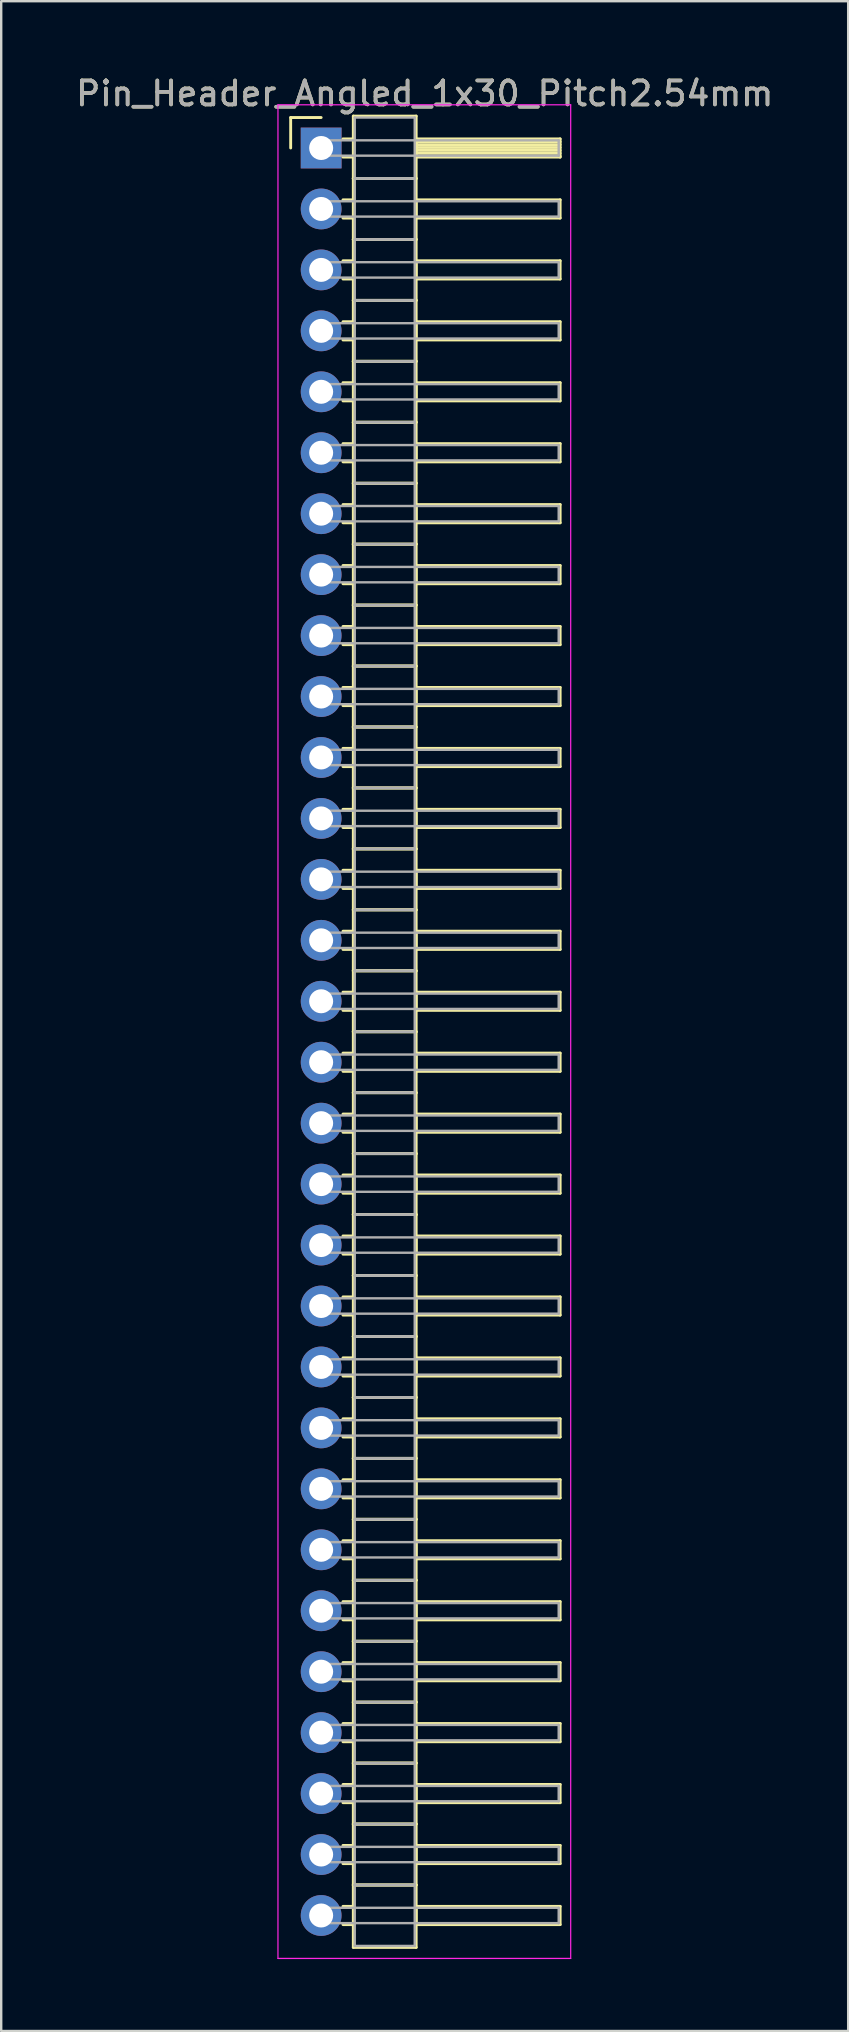
<source format=kicad_pcb>
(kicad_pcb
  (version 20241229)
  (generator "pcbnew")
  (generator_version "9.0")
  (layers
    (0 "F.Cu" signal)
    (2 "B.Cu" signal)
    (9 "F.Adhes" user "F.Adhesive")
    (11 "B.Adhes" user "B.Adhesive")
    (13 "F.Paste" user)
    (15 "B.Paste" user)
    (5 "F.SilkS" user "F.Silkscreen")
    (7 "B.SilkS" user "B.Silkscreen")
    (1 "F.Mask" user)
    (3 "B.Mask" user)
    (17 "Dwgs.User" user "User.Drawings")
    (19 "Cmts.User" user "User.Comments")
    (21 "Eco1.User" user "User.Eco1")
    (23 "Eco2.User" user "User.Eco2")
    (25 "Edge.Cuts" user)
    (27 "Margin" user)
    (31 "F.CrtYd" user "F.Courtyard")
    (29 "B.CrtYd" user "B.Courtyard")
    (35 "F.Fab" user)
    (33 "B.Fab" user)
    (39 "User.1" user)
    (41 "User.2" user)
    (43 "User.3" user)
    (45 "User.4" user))
  (footprint "Pin_Header_Angled_1x30_Pitch2.54mm"
    (layer "F.Cu")
    (at 10.334 3.118)
    (property "Reference" "Pin_Header_Angled_1x30_Pitch2.54mm" (at 4.315 -2.27 0) (layer "F.SilkS") (effects (font (size 1 1) (thickness 0.15))))
    (attr through_hole)
    (fp_line (start -1.27 -1.27) (end 0 -1.27) (stroke (width 0.12) (type solid)) (layer "F.SilkS"))
    (fp_line (start -1.27 0) (end -1.27 -1.27) (stroke (width 0.12) (type solid)) (layer "F.SilkS"))
    (fp_line (start 0.91 -0.38) (end 1.34 -0.38) (stroke (width 0.12) (type solid)) (layer "F.SilkS"))
    (fp_line (start 0.91 0.38) (end 1.34 0.38) (stroke (width 0.12) (type solid)) (layer "F.SilkS"))
    (fp_line (start 0.91 2.16) (end 1.34 2.16) (stroke (width 0.12) (type solid)) (layer "F.SilkS"))
    (fp_line (start 0.91 2.92) (end 1.34 2.92) (stroke (width 0.12) (type solid)) (layer "F.SilkS"))
    (fp_line (start 0.91 4.7) (end 1.34 4.7) (stroke (width 0.12) (type solid)) (layer "F.SilkS"))
    (fp_line (start 0.91 5.46) (end 1.34 5.46) (stroke (width 0.12) (type solid)) (layer "F.SilkS"))
    (fp_line (start 0.91 7.24) (end 1.34 7.24) (stroke (width 0.12) (type solid)) (layer "F.SilkS"))
    (fp_line (start 0.91 8) (end 1.34 8) (stroke (width 0.12) (type solid)) (layer "F.SilkS"))
    (fp_line (start 0.91 9.78) (end 1.34 9.78) (stroke (width 0.12) (type solid)) (layer "F.SilkS"))
    (fp_line (start 0.91 10.54) (end 1.34 10.54) (stroke (width 0.12) (type solid)) (layer "F.SilkS"))
    (fp_line (start 0.91 12.32) (end 1.34 12.32) (stroke (width 0.12) (type solid)) (layer "F.SilkS"))
    (fp_line (start 0.91 13.08) (end 1.34 13.08) (stroke (width 0.12) (type solid)) (layer "F.SilkS"))
    (fp_line (start 0.91 14.86) (end 1.34 14.86) (stroke (width 0.12) (type solid)) (layer "F.SilkS"))
    (fp_line (start 0.91 15.62) (end 1.34 15.62) (stroke (width 0.12) (type solid)) (layer "F.SilkS"))
    (fp_line (start 0.91 17.4) (end 1.34 17.4) (stroke (width 0.12) (type solid)) (layer "F.SilkS"))
    (fp_line (start 0.91 18.16) (end 1.34 18.16) (stroke (width 0.12) (type solid)) (layer "F.SilkS"))
    (fp_line (start 0.91 19.94) (end 1.34 19.94) (stroke (width 0.12) (type solid)) (layer "F.SilkS"))
    (fp_line (start 0.91 20.7) (end 1.34 20.7) (stroke (width 0.12) (type solid)) (layer "F.SilkS"))
    (fp_line (start 0.91 22.48) (end 1.34 22.48) (stroke (width 0.12) (type solid)) (layer "F.SilkS"))
    (fp_line (start 0.91 23.24) (end 1.34 23.24) (stroke (width 0.12) (type solid)) (layer "F.SilkS"))
    (fp_line (start 0.91 25.02) (end 1.34 25.02) (stroke (width 0.12) (type solid)) (layer "F.SilkS"))
    (fp_line (start 0.91 25.78) (end 1.34 25.78) (stroke (width 0.12) (type solid)) (layer "F.SilkS"))
    (fp_line (start 0.91 27.56) (end 1.34 27.56) (stroke (width 0.12) (type solid)) (layer "F.SilkS"))
    (fp_line (start 0.91 28.32) (end 1.34 28.32) (stroke (width 0.12) (type solid)) (layer "F.SilkS"))
    (fp_line (start 0.91 30.1) (end 1.34 30.1) (stroke (width 0.12) (type solid)) (layer "F.SilkS"))
    (fp_line (start 0.91 30.86) (end 1.34 30.86) (stroke (width 0.12) (type solid)) (layer "F.SilkS"))
    (fp_line (start 0.91 32.64) (end 1.34 32.64) (stroke (width 0.12) (type solid)) (layer "F.SilkS"))
    (fp_line (start 0.91 33.4) (end 1.34 33.4) (stroke (width 0.12) (type solid)) (layer "F.SilkS"))
    (fp_line (start 0.91 35.18) (end 1.34 35.18) (stroke (width 0.12) (type solid)) (layer "F.SilkS"))
    (fp_line (start 0.91 35.94) (end 1.34 35.94) (stroke (width 0.12) (type solid)) (layer "F.SilkS"))
    (fp_line (start 0.91 37.72) (end 1.34 37.72) (stroke (width 0.12) (type solid)) (layer "F.SilkS"))
    (fp_line (start 0.91 38.48) (end 1.34 38.48) (stroke (width 0.12) (type solid)) (layer "F.SilkS"))
    (fp_line (start 0.91 40.26) (end 1.34 40.26) (stroke (width 0.12) (type solid)) (layer "F.SilkS"))
    (fp_line (start 0.91 41.02) (end 1.34 41.02) (stroke (width 0.12) (type solid)) (layer "F.SilkS"))
    (fp_line (start 0.91 42.8) (end 1.34 42.8) (stroke (width 0.12) (type solid)) (layer "F.SilkS"))
    (fp_line (start 0.91 43.56) (end 1.34 43.56) (stroke (width 0.12) (type solid)) (layer "F.SilkS"))
    (fp_line (start 0.91 45.34) (end 1.34 45.34) (stroke (width 0.12) (type solid)) (layer "F.SilkS"))
    (fp_line (start 0.91 46.1) (end 1.34 46.1) (stroke (width 0.12) (type solid)) (layer "F.SilkS"))
    (fp_line (start 0.91 47.88) (end 1.34 47.88) (stroke (width 0.12) (type solid)) (layer "F.SilkS"))
    (fp_line (start 0.91 48.64) (end 1.34 48.64) (stroke (width 0.12) (type solid)) (layer "F.SilkS"))
    (fp_line (start 0.91 50.42) (end 1.34 50.42) (stroke (width 0.12) (type solid)) (layer "F.SilkS"))
    (fp_line (start 0.91 51.18) (end 1.34 51.18) (stroke (width 0.12) (type solid)) (layer "F.SilkS"))
    (fp_line (start 0.91 52.96) (end 1.34 52.96) (stroke (width 0.12) (type solid)) (layer "F.SilkS"))
    (fp_line (start 0.91 53.72) (end 1.34 53.72) (stroke (width 0.12) (type solid)) (layer "F.SilkS"))
    (fp_line (start 0.91 55.5) (end 1.34 55.5) (stroke (width 0.12) (type solid)) (layer "F.SilkS"))
    (fp_line (start 0.91 56.26) (end 1.34 56.26) (stroke (width 0.12) (type solid)) (layer "F.SilkS"))
    (fp_line (start 0.91 58.04) (end 1.34 58.04) (stroke (width 0.12) (type solid)) (layer "F.SilkS"))
    (fp_line (start 0.91 58.8) (end 1.34 58.8) (stroke (width 0.12) (type solid)) (layer "F.SilkS"))
    (fp_line (start 0.91 60.58) (end 1.34 60.58) (stroke (width 0.12) (type solid)) (layer "F.SilkS"))
    (fp_line (start 0.91 61.34) (end 1.34 61.34) (stroke (width 0.12) (type solid)) (layer "F.SilkS"))
    (fp_line (start 0.91 63.12) (end 1.34 63.12) (stroke (width 0.12) (type solid)) (layer "F.SilkS"))
    (fp_line (start 0.91 63.88) (end 1.34 63.88) (stroke (width 0.12) (type solid)) (layer "F.SilkS"))
    (fp_line (start 0.91 65.66) (end 1.34 65.66) (stroke (width 0.12) (type solid)) (layer "F.SilkS"))
    (fp_line (start 0.91 66.42) (end 1.34 66.42) (stroke (width 0.12) (type solid)) (layer "F.SilkS"))
    (fp_line (start 0.91 68.2) (end 1.34 68.2) (stroke (width 0.12) (type solid)) (layer "F.SilkS"))
    (fp_line (start 0.91 68.96) (end 1.34 68.96) (stroke (width 0.12) (type solid)) (layer "F.SilkS"))
    (fp_line (start 0.91 70.74) (end 1.34 70.74) (stroke (width 0.12) (type solid)) (layer "F.SilkS"))
    (fp_line (start 0.91 71.5) (end 1.34 71.5) (stroke (width 0.12) (type solid)) (layer "F.SilkS"))
    (fp_line (start 0.91 73.28) (end 1.34 73.28) (stroke (width 0.12) (type solid)) (layer "F.SilkS"))
    (fp_line (start 0.91 74.04) (end 1.34 74.04) (stroke (width 0.12) (type solid)) (layer "F.SilkS"))
    (fp_line (start 1.34 -1.33) (end 1.34 1.27) (stroke (width 0.12) (type solid)) (layer "F.SilkS"))
    (fp_line (start 1.34 1.27) (end 1.34 3.81) (stroke (width 0.12) (type solid)) (layer "F.SilkS"))
    (fp_line (start 1.34 1.27) (end 3.96 1.27) (stroke (width 0.12) (type solid)) (layer "F.SilkS"))
    (fp_line (start 1.34 3.81) (end 1.34 6.35) (stroke (width 0.12) (type solid)) (layer "F.SilkS"))
    (fp_line (start 1.34 3.81) (end 3.96 3.81) (stroke (width 0.12) (type solid)) (layer "F.SilkS"))
    (fp_line (start 1.34 6.35) (end 1.34 8.89) (stroke (width 0.12) (type solid)) (layer "F.SilkS"))
    (fp_line (start 1.34 6.35) (end 3.96 6.35) (stroke (width 0.12) (type solid)) (layer "F.SilkS"))
    (fp_line (start 1.34 8.89) (end 1.34 11.43) (stroke (width 0.12) (type solid)) (layer "F.SilkS"))
    (fp_line (start 1.34 8.89) (end 3.96 8.89) (stroke (width 0.12) (type solid)) (layer "F.SilkS"))
    (fp_line (start 1.34 11.43) (end 1.34 13.97) (stroke (width 0.12) (type solid)) (layer "F.SilkS"))
    (fp_line (start 1.34 11.43) (end 3.96 11.43) (stroke (width 0.12) (type solid)) (layer "F.SilkS"))
    (fp_line (start 1.34 13.97) (end 1.34 16.51) (stroke (width 0.12) (type solid)) (layer "F.SilkS"))
    (fp_line (start 1.34 13.97) (end 3.96 13.97) (stroke (width 0.12) (type solid)) (layer "F.SilkS"))
    (fp_line (start 1.34 16.51) (end 1.34 19.05) (stroke (width 0.12) (type solid)) (layer "F.SilkS"))
    (fp_line (start 1.34 16.51) (end 3.96 16.51) (stroke (width 0.12) (type solid)) (layer "F.SilkS"))
    (fp_line (start 1.34 19.05) (end 1.34 21.59) (stroke (width 0.12) (type solid)) (layer "F.SilkS"))
    (fp_line (start 1.34 19.05) (end 3.96 19.05) (stroke (width 0.12) (type solid)) (layer "F.SilkS"))
    (fp_line (start 1.34 21.59) (end 1.34 24.13) (stroke (width 0.12) (type solid)) (layer "F.SilkS"))
    (fp_line (start 1.34 21.59) (end 3.96 21.59) (stroke (width 0.12) (type solid)) (layer "F.SilkS"))
    (fp_line (start 1.34 24.13) (end 1.34 26.67) (stroke (width 0.12) (type solid)) (layer "F.SilkS"))
    (fp_line (start 1.34 24.13) (end 3.96 24.13) (stroke (width 0.12) (type solid)) (layer "F.SilkS"))
    (fp_line (start 1.34 26.67) (end 1.34 29.21) (stroke (width 0.12) (type solid)) (layer "F.SilkS"))
    (fp_line (start 1.34 26.67) (end 3.96 26.67) (stroke (width 0.12) (type solid)) (layer "F.SilkS"))
    (fp_line (start 1.34 29.21) (end 1.34 31.75) (stroke (width 0.12) (type solid)) (layer "F.SilkS"))
    (fp_line (start 1.34 29.21) (end 3.96 29.21) (stroke (width 0.12) (type solid)) (layer "F.SilkS"))
    (fp_line (start 1.34 31.75) (end 1.34 34.29) (stroke (width 0.12) (type solid)) (layer "F.SilkS"))
    (fp_line (start 1.34 31.75) (end 3.96 31.75) (stroke (width 0.12) (type solid)) (layer "F.SilkS"))
    (fp_line (start 1.34 34.29) (end 1.34 36.83) (stroke (width 0.12) (type solid)) (layer "F.SilkS"))
    (fp_line (start 1.34 34.29) (end 3.96 34.29) (stroke (width 0.12) (type solid)) (layer "F.SilkS"))
    (fp_line (start 1.34 36.83) (end 1.34 39.37) (stroke (width 0.12) (type solid)) (layer "F.SilkS"))
    (fp_line (start 1.34 36.83) (end 3.96 36.83) (stroke (width 0.12) (type solid)) (layer "F.SilkS"))
    (fp_line (start 1.34 39.37) (end 1.34 41.91) (stroke (width 0.12) (type solid)) (layer "F.SilkS"))
    (fp_line (start 1.34 39.37) (end 3.96 39.37) (stroke (width 0.12) (type solid)) (layer "F.SilkS"))
    (fp_line (start 1.34 41.91) (end 1.34 44.45) (stroke (width 0.12) (type solid)) (layer "F.SilkS"))
    (fp_line (start 1.34 41.91) (end 3.96 41.91) (stroke (width 0.12) (type solid)) (layer "F.SilkS"))
    (fp_line (start 1.34 44.45) (end 1.34 46.99) (stroke (width 0.12) (type solid)) (layer "F.SilkS"))
    (fp_line (start 1.34 44.45) (end 3.96 44.45) (stroke (width 0.12) (type solid)) (layer "F.SilkS"))
    (fp_line (start 1.34 46.99) (end 1.34 49.53) (stroke (width 0.12) (type solid)) (layer "F.SilkS"))
    (fp_line (start 1.34 46.99) (end 3.96 46.99) (stroke (width 0.12) (type solid)) (layer "F.SilkS"))
    (fp_line (start 1.34 49.53) (end 1.34 52.07) (stroke (width 0.12) (type solid)) (layer "F.SilkS"))
    (fp_line (start 1.34 49.53) (end 3.96 49.53) (stroke (width 0.12) (type solid)) (layer "F.SilkS"))
    (fp_line (start 1.34 52.07) (end 1.34 54.61) (stroke (width 0.12) (type solid)) (layer "F.SilkS"))
    (fp_line (start 1.34 52.07) (end 3.96 52.07) (stroke (width 0.12) (type solid)) (layer "F.SilkS"))
    (fp_line (start 1.34 54.61) (end 1.34 57.15) (stroke (width 0.12) (type solid)) (layer "F.SilkS"))
    (fp_line (start 1.34 54.61) (end 3.96 54.61) (stroke (width 0.12) (type solid)) (layer "F.SilkS"))
    (fp_line (start 1.34 57.15) (end 1.34 59.69) (stroke (width 0.12) (type solid)) (layer "F.SilkS"))
    (fp_line (start 1.34 57.15) (end 3.96 57.15) (stroke (width 0.12) (type solid)) (layer "F.SilkS"))
    (fp_line (start 1.34 59.69) (end 1.34 62.23) (stroke (width 0.12) (type solid)) (layer "F.SilkS"))
    (fp_line (start 1.34 59.69) (end 3.96 59.69) (stroke (width 0.12) (type solid)) (layer "F.SilkS"))
    (fp_line (start 1.34 62.23) (end 1.34 64.77) (stroke (width 0.12) (type solid)) (layer "F.SilkS"))
    (fp_line (start 1.34 62.23) (end 3.96 62.23) (stroke (width 0.12) (type solid)) (layer "F.SilkS"))
    (fp_line (start 1.34 64.77) (end 1.34 67.31) (stroke (width 0.12) (type solid)) (layer "F.SilkS"))
    (fp_line (start 1.34 64.77) (end 3.96 64.77) (stroke (width 0.12) (type solid)) (layer "F.SilkS"))
    (fp_line (start 1.34 67.31) (end 1.34 69.85) (stroke (width 0.12) (type solid)) (layer "F.SilkS"))
    (fp_line (start 1.34 67.31) (end 3.96 67.31) (stroke (width 0.12) (type solid)) (layer "F.SilkS"))
    (fp_line (start 1.34 69.85) (end 1.34 72.39) (stroke (width 0.12) (type solid)) (layer "F.SilkS"))
    (fp_line (start 1.34 69.85) (end 3.96 69.85) (stroke (width 0.12) (type solid)) (layer "F.SilkS"))
    (fp_line (start 1.34 72.39) (end 1.34 74.99) (stroke (width 0.12) (type solid)) (layer "F.SilkS"))
    (fp_line (start 1.34 72.39) (end 3.96 72.39) (stroke (width 0.12) (type solid)) (layer "F.SilkS"))
    (fp_line (start 1.34 74.99) (end 3.96 74.99) (stroke (width 0.12) (type solid)) (layer "F.SilkS"))
    (fp_line (start 3.96 -1.33) (end 1.34 -1.33) (stroke (width 0.12) (type solid)) (layer "F.SilkS"))
    (fp_line (start 3.96 -0.38) (end 3.96 0.38) (stroke (width 0.12) (type solid)) (layer "F.SilkS"))
    (fp_line (start 3.96 -0.26) (end 9.96 -0.26) (stroke (width 0.12) (type solid)) (layer "F.SilkS"))
    (fp_line (start 3.96 -0.14) (end 9.96 -0.14) (stroke (width 0.12) (type solid)) (layer "F.SilkS"))
    (fp_line (start 3.96 -0.02) (end 9.96 -0.02) (stroke (width 0.12) (type solid)) (layer "F.SilkS"))
    (fp_line (start 3.96 0.1) (end 9.96 0.1) (stroke (width 0.12) (type solid)) (layer "F.SilkS"))
    (fp_line (start 3.96 0.22) (end 9.96 0.22) (stroke (width 0.12) (type solid)) (layer "F.SilkS"))
    (fp_line (start 3.96 0.34) (end 9.96 0.34) (stroke (width 0.12) (type solid)) (layer "F.SilkS"))
    (fp_line (start 3.96 0.38) (end 9.96 0.38) (stroke (width 0.12) (type solid)) (layer "F.SilkS"))
    (fp_line (start 3.96 1.27) (end 1.34 1.27) (stroke (width 0.12) (type solid)) (layer "F.SilkS"))
    (fp_line (start 3.96 1.27) (end 3.96 -1.33) (stroke (width 0.12) (type solid)) (layer "F.SilkS"))
    (fp_line (start 3.96 2.16) (end 3.96 2.92) (stroke (width 0.12) (type solid)) (layer "F.SilkS"))
    (fp_line (start 3.96 2.92) (end 9.96 2.92) (stroke (width 0.12) (type solid)) (layer "F.SilkS"))
    (fp_line (start 3.96 3.81) (end 1.34 3.81) (stroke (width 0.12) (type solid)) (layer "F.SilkS"))
    (fp_line (start 3.96 3.81) (end 3.96 1.27) (stroke (width 0.12) (type solid)) (layer "F.SilkS"))
    (fp_line (start 3.96 4.7) (end 3.96 5.46) (stroke (width 0.12) (type solid)) (layer "F.SilkS"))
    (fp_line (start 3.96 5.46) (end 9.96 5.46) (stroke (width 0.12) (type solid)) (layer "F.SilkS"))
    (fp_line (start 3.96 6.35) (end 1.34 6.35) (stroke (width 0.12) (type solid)) (layer "F.SilkS"))
    (fp_line (start 3.96 6.35) (end 3.96 3.81) (stroke (width 0.12) (type solid)) (layer "F.SilkS"))
    (fp_line (start 3.96 7.24) (end 3.96 8) (stroke (width 0.12) (type solid)) (layer "F.SilkS"))
    (fp_line (start 3.96 8) (end 9.96 8) (stroke (width 0.12) (type solid)) (layer "F.SilkS"))
    (fp_line (start 3.96 8.89) (end 1.34 8.89) (stroke (width 0.12) (type solid)) (layer "F.SilkS"))
    (fp_line (start 3.96 8.89) (end 3.96 6.35) (stroke (width 0.12) (type solid)) (layer "F.SilkS"))
    (fp_line (start 3.96 9.78) (end 3.96 10.54) (stroke (width 0.12) (type solid)) (layer "F.SilkS"))
    (fp_line (start 3.96 10.54) (end 9.96 10.54) (stroke (width 0.12) (type solid)) (layer "F.SilkS"))
    (fp_line (start 3.96 11.43) (end 1.34 11.43) (stroke (width 0.12) (type solid)) (layer "F.SilkS"))
    (fp_line (start 3.96 11.43) (end 3.96 8.89) (stroke (width 0.12) (type solid)) (layer "F.SilkS"))
    (fp_line (start 3.96 12.32) (end 3.96 13.08) (stroke (width 0.12) (type solid)) (layer "F.SilkS"))
    (fp_line (start 3.96 13.08) (end 9.96 13.08) (stroke (width 0.12) (type solid)) (layer "F.SilkS"))
    (fp_line (start 3.96 13.97) (end 1.34 13.97) (stroke (width 0.12) (type solid)) (layer "F.SilkS"))
    (fp_line (start 3.96 13.97) (end 3.96 11.43) (stroke (width 0.12) (type solid)) (layer "F.SilkS"))
    (fp_line (start 3.96 14.86) (end 3.96 15.62) (stroke (width 0.12) (type solid)) (layer "F.SilkS"))
    (fp_line (start 3.96 15.62) (end 9.96 15.62) (stroke (width 0.12) (type solid)) (layer "F.SilkS"))
    (fp_line (start 3.96 16.51) (end 1.34 16.51) (stroke (width 0.12) (type solid)) (layer "F.SilkS"))
    (fp_line (start 3.96 16.51) (end 3.96 13.97) (stroke (width 0.12) (type solid)) (layer "F.SilkS"))
    (fp_line (start 3.96 17.4) (end 3.96 18.16) (stroke (width 0.12) (type solid)) (layer "F.SilkS"))
    (fp_line (start 3.96 18.16) (end 9.96 18.16) (stroke (width 0.12) (type solid)) (layer "F.SilkS"))
    (fp_line (start 3.96 19.05) (end 1.34 19.05) (stroke (width 0.12) (type solid)) (layer "F.SilkS"))
    (fp_line (start 3.96 19.05) (end 3.96 16.51) (stroke (width 0.12) (type solid)) (layer "F.SilkS"))
    (fp_line (start 3.96 19.94) (end 3.96 20.7) (stroke (width 0.12) (type solid)) (layer "F.SilkS"))
    (fp_line (start 3.96 20.7) (end 9.96 20.7) (stroke (width 0.12) (type solid)) (layer "F.SilkS"))
    (fp_line (start 3.96 21.59) (end 1.34 21.59) (stroke (width 0.12) (type solid)) (layer "F.SilkS"))
    (fp_line (start 3.96 21.59) (end 3.96 19.05) (stroke (width 0.12) (type solid)) (layer "F.SilkS"))
    (fp_line (start 3.96 22.48) (end 3.96 23.24) (stroke (width 0.12) (type solid)) (layer "F.SilkS"))
    (fp_line (start 3.96 23.24) (end 9.96 23.24) (stroke (width 0.12) (type solid)) (layer "F.SilkS"))
    (fp_line (start 3.96 24.13) (end 1.34 24.13) (stroke (width 0.12) (type solid)) (layer "F.SilkS"))
    (fp_line (start 3.96 24.13) (end 3.96 21.59) (stroke (width 0.12) (type solid)) (layer "F.SilkS"))
    (fp_line (start 3.96 25.02) (end 3.96 25.78) (stroke (width 0.12) (type solid)) (layer "F.SilkS"))
    (fp_line (start 3.96 25.78) (end 9.96 25.78) (stroke (width 0.12) (type solid)) (layer "F.SilkS"))
    (fp_line (start 3.96 26.67) (end 1.34 26.67) (stroke (width 0.12) (type solid)) (layer "F.SilkS"))
    (fp_line (start 3.96 26.67) (end 3.96 24.13) (stroke (width 0.12) (type solid)) (layer "F.SilkS"))
    (fp_line (start 3.96 27.56) (end 3.96 28.32) (stroke (width 0.12) (type solid)) (layer "F.SilkS"))
    (fp_line (start 3.96 28.32) (end 9.96 28.32) (stroke (width 0.12) (type solid)) (layer "F.SilkS"))
    (fp_line (start 3.96 29.21) (end 1.34 29.21) (stroke (width 0.12) (type solid)) (layer "F.SilkS"))
    (fp_line (start 3.96 29.21) (end 3.96 26.67) (stroke (width 0.12) (type solid)) (layer "F.SilkS"))
    (fp_line (start 3.96 30.1) (end 3.96 30.86) (stroke (width 0.12) (type solid)) (layer "F.SilkS"))
    (fp_line (start 3.96 30.86) (end 9.96 30.86) (stroke (width 0.12) (type solid)) (layer "F.SilkS"))
    (fp_line (start 3.96 31.75) (end 1.34 31.75) (stroke (width 0.12) (type solid)) (layer "F.SilkS"))
    (fp_line (start 3.96 31.75) (end 3.96 29.21) (stroke (width 0.12) (type solid)) (layer "F.SilkS"))
    (fp_line (start 3.96 32.64) (end 3.96 33.4) (stroke (width 0.12) (type solid)) (layer "F.SilkS"))
    (fp_line (start 3.96 33.4) (end 9.96 33.4) (stroke (width 0.12) (type solid)) (layer "F.SilkS"))
    (fp_line (start 3.96 34.29) (end 1.34 34.29) (stroke (width 0.12) (type solid)) (layer "F.SilkS"))
    (fp_line (start 3.96 34.29) (end 3.96 31.75) (stroke (width 0.12) (type solid)) (layer "F.SilkS"))
    (fp_line (start 3.96 35.18) (end 3.96 35.94) (stroke (width 0.12) (type solid)) (layer "F.SilkS"))
    (fp_line (start 3.96 35.94) (end 9.96 35.94) (stroke (width 0.12) (type solid)) (layer "F.SilkS"))
    (fp_line (start 3.96 36.83) (end 1.34 36.83) (stroke (width 0.12) (type solid)) (layer "F.SilkS"))
    (fp_line (start 3.96 36.83) (end 3.96 34.29) (stroke (width 0.12) (type solid)) (layer "F.SilkS"))
    (fp_line (start 3.96 37.72) (end 3.96 38.48) (stroke (width 0.12) (type solid)) (layer "F.SilkS"))
    (fp_line (start 3.96 38.48) (end 9.96 38.48) (stroke (width 0.12) (type solid)) (layer "F.SilkS"))
    (fp_line (start 3.96 39.37) (end 1.34 39.37) (stroke (width 0.12) (type solid)) (layer "F.SilkS"))
    (fp_line (start 3.96 39.37) (end 3.96 36.83) (stroke (width 0.12) (type solid)) (layer "F.SilkS"))
    (fp_line (start 3.96 40.26) (end 3.96 41.02) (stroke (width 0.12) (type solid)) (layer "F.SilkS"))
    (fp_line (start 3.96 41.02) (end 9.96 41.02) (stroke (width 0.12) (type solid)) (layer "F.SilkS"))
    (fp_line (start 3.96 41.91) (end 1.34 41.91) (stroke (width 0.12) (type solid)) (layer "F.SilkS"))
    (fp_line (start 3.96 41.91) (end 3.96 39.37) (stroke (width 0.12) (type solid)) (layer "F.SilkS"))
    (fp_line (start 3.96 42.8) (end 3.96 43.56) (stroke (width 0.12) (type solid)) (layer "F.SilkS"))
    (fp_line (start 3.96 43.56) (end 9.96 43.56) (stroke (width 0.12) (type solid)) (layer "F.SilkS"))
    (fp_line (start 3.96 44.45) (end 1.34 44.45) (stroke (width 0.12) (type solid)) (layer "F.SilkS"))
    (fp_line (start 3.96 44.45) (end 3.96 41.91) (stroke (width 0.12) (type solid)) (layer "F.SilkS"))
    (fp_line (start 3.96 45.34) (end 3.96 46.1) (stroke (width 0.12) (type solid)) (layer "F.SilkS"))
    (fp_line (start 3.96 46.1) (end 9.96 46.1) (stroke (width 0.12) (type solid)) (layer "F.SilkS"))
    (fp_line (start 3.96 46.99) (end 1.34 46.99) (stroke (width 0.12) (type solid)) (layer "F.SilkS"))
    (fp_line (start 3.96 46.99) (end 3.96 44.45) (stroke (width 0.12) (type solid)) (layer "F.SilkS"))
    (fp_line (start 3.96 47.88) (end 3.96 48.64) (stroke (width 0.12) (type solid)) (layer "F.SilkS"))
    (fp_line (start 3.96 48.64) (end 9.96 48.64) (stroke (width 0.12) (type solid)) (layer "F.SilkS"))
    (fp_line (start 3.96 49.53) (end 1.34 49.53) (stroke (width 0.12) (type solid)) (layer "F.SilkS"))
    (fp_line (start 3.96 49.53) (end 3.96 46.99) (stroke (width 0.12) (type solid)) (layer "F.SilkS"))
    (fp_line (start 3.96 50.42) (end 3.96 51.18) (stroke (width 0.12) (type solid)) (layer "F.SilkS"))
    (fp_line (start 3.96 51.18) (end 9.96 51.18) (stroke (width 0.12) (type solid)) (layer "F.SilkS"))
    (fp_line (start 3.96 52.07) (end 1.34 52.07) (stroke (width 0.12) (type solid)) (layer "F.SilkS"))
    (fp_line (start 3.96 52.07) (end 3.96 49.53) (stroke (width 0.12) (type solid)) (layer "F.SilkS"))
    (fp_line (start 3.96 52.96) (end 3.96 53.72) (stroke (width 0.12) (type solid)) (layer "F.SilkS"))
    (fp_line (start 3.96 53.72) (end 9.96 53.72) (stroke (width 0.12) (type solid)) (layer "F.SilkS"))
    (fp_line (start 3.96 54.61) (end 1.34 54.61) (stroke (width 0.12) (type solid)) (layer "F.SilkS"))
    (fp_line (start 3.96 54.61) (end 3.96 52.07) (stroke (width 0.12) (type solid)) (layer "F.SilkS"))
    (fp_line (start 3.96 55.5) (end 3.96 56.26) (stroke (width 0.12) (type solid)) (layer "F.SilkS"))
    (fp_line (start 3.96 56.26) (end 9.96 56.26) (stroke (width 0.12) (type solid)) (layer "F.SilkS"))
    (fp_line (start 3.96 57.15) (end 1.34 57.15) (stroke (width 0.12) (type solid)) (layer "F.SilkS"))
    (fp_line (start 3.96 57.15) (end 3.96 54.61) (stroke (width 0.12) (type solid)) (layer "F.SilkS"))
    (fp_line (start 3.96 58.04) (end 3.96 58.8) (stroke (width 0.12) (type solid)) (layer "F.SilkS"))
    (fp_line (start 3.96 58.8) (end 9.96 58.8) (stroke (width 0.12) (type solid)) (layer "F.SilkS"))
    (fp_line (start 3.96 59.69) (end 1.34 59.69) (stroke (width 0.12) (type solid)) (layer "F.SilkS"))
    (fp_line (start 3.96 59.69) (end 3.96 57.15) (stroke (width 0.12) (type solid)) (layer "F.SilkS"))
    (fp_line (start 3.96 60.58) (end 3.96 61.34) (stroke (width 0.12) (type solid)) (layer "F.SilkS"))
    (fp_line (start 3.96 61.34) (end 9.96 61.34) (stroke (width 0.12) (type solid)) (layer "F.SilkS"))
    (fp_line (start 3.96 62.23) (end 1.34 62.23) (stroke (width 0.12) (type solid)) (layer "F.SilkS"))
    (fp_line (start 3.96 62.23) (end 3.96 59.69) (stroke (width 0.12) (type solid)) (layer "F.SilkS"))
    (fp_line (start 3.96 63.12) (end 3.96 63.88) (stroke (width 0.12) (type solid)) (layer "F.SilkS"))
    (fp_line (start 3.96 63.88) (end 9.96 63.88) (stroke (width 0.12) (type solid)) (layer "F.SilkS"))
    (fp_line (start 3.96 64.77) (end 1.34 64.77) (stroke (width 0.12) (type solid)) (layer "F.SilkS"))
    (fp_line (start 3.96 64.77) (end 3.96 62.23) (stroke (width 0.12) (type solid)) (layer "F.SilkS"))
    (fp_line (start 3.96 65.66) (end 3.96 66.42) (stroke (width 0.12) (type solid)) (layer "F.SilkS"))
    (fp_line (start 3.96 66.42) (end 9.96 66.42) (stroke (width 0.12) (type solid)) (layer "F.SilkS"))
    (fp_line (start 3.96 67.31) (end 1.34 67.31) (stroke (width 0.12) (type solid)) (layer "F.SilkS"))
    (fp_line (start 3.96 67.31) (end 3.96 64.77) (stroke (width 0.12) (type solid)) (layer "F.SilkS"))
    (fp_line (start 3.96 68.2) (end 3.96 68.96) (stroke (width 0.12) (type solid)) (layer "F.SilkS"))
    (fp_line (start 3.96 68.96) (end 9.96 68.96) (stroke (width 0.12) (type solid)) (layer "F.SilkS"))
    (fp_line (start 3.96 69.85) (end 1.34 69.85) (stroke (width 0.12) (type solid)) (layer "F.SilkS"))
    (fp_line (start 3.96 69.85) (end 3.96 67.31) (stroke (width 0.12) (type solid)) (layer "F.SilkS"))
    (fp_line (start 3.96 70.74) (end 3.96 71.5) (stroke (width 0.12) (type solid)) (layer "F.SilkS"))
    (fp_line (start 3.96 71.5) (end 9.96 71.5) (stroke (width 0.12) (type solid)) (layer "F.SilkS"))
    (fp_line (start 3.96 72.39) (end 1.34 72.39) (stroke (width 0.12) (type solid)) (layer "F.SilkS"))
    (fp_line (start 3.96 72.39) (end 3.96 69.85) (stroke (width 0.12) (type solid)) (layer "F.SilkS"))
    (fp_line (start 3.96 73.28) (end 3.96 74.04) (stroke (width 0.12) (type solid)) (layer "F.SilkS"))
    (fp_line (start 3.96 74.04) (end 9.96 74.04) (stroke (width 0.12) (type solid)) (layer "F.SilkS"))
    (fp_line (start 3.96 74.99) (end 3.96 72.39) (stroke (width 0.12) (type solid)) (layer "F.SilkS"))
    (fp_line (start 9.96 -0.38) (end 3.96 -0.38) (stroke (width 0.12) (type solid)) (layer "F.SilkS"))
    (fp_line (start 9.96 0.38) (end 9.96 -0.38) (stroke (width 0.12) (type solid)) (layer "F.SilkS"))
    (fp_line (start 9.96 2.16) (end 3.96 2.16) (stroke (width 0.12) (type solid)) (layer "F.SilkS"))
    (fp_line (start 9.96 2.92) (end 9.96 2.16) (stroke (width 0.12) (type solid)) (layer "F.SilkS"))
    (fp_line (start 9.96 4.7) (end 3.96 4.7) (stroke (width 0.12) (type solid)) (layer "F.SilkS"))
    (fp_line (start 9.96 5.46) (end 9.96 4.7) (stroke (width 0.12) (type solid)) (layer "F.SilkS"))
    (fp_line (start 9.96 7.24) (end 3.96 7.24) (stroke (width 0.12) (type solid)) (layer "F.SilkS"))
    (fp_line (start 9.96 8) (end 9.96 7.24) (stroke (width 0.12) (type solid)) (layer "F.SilkS"))
    (fp_line (start 9.96 9.78) (end 3.96 9.78) (stroke (width 0.12) (type solid)) (layer "F.SilkS"))
    (fp_line (start 9.96 10.54) (end 9.96 9.78) (stroke (width 0.12) (type solid)) (layer "F.SilkS"))
    (fp_line (start 9.96 12.32) (end 3.96 12.32) (stroke (width 0.12) (type solid)) (layer "F.SilkS"))
    (fp_line (start 9.96 13.08) (end 9.96 12.32) (stroke (width 0.12) (type solid)) (layer "F.SilkS"))
    (fp_line (start 9.96 14.86) (end 3.96 14.86) (stroke (width 0.12) (type solid)) (layer "F.SilkS"))
    (fp_line (start 9.96 15.62) (end 9.96 14.86) (stroke (width 0.12) (type solid)) (layer "F.SilkS"))
    (fp_line (start 9.96 17.4) (end 3.96 17.4) (stroke (width 0.12) (type solid)) (layer "F.SilkS"))
    (fp_line (start 9.96 18.16) (end 9.96 17.4) (stroke (width 0.12) (type solid)) (layer "F.SilkS"))
    (fp_line (start 9.96 19.94) (end 3.96 19.94) (stroke (width 0.12) (type solid)) (layer "F.SilkS"))
    (fp_line (start 9.96 20.7) (end 9.96 19.94) (stroke (width 0.12) (type solid)) (layer "F.SilkS"))
    (fp_line (start 9.96 22.48) (end 3.96 22.48) (stroke (width 0.12) (type solid)) (layer "F.SilkS"))
    (fp_line (start 9.96 23.24) (end 9.96 22.48) (stroke (width 0.12) (type solid)) (layer "F.SilkS"))
    (fp_line (start 9.96 25.02) (end 3.96 25.02) (stroke (width 0.12) (type solid)) (layer "F.SilkS"))
    (fp_line (start 9.96 25.78) (end 9.96 25.02) (stroke (width 0.12) (type solid)) (layer "F.SilkS"))
    (fp_line (start 9.96 27.56) (end 3.96 27.56) (stroke (width 0.12) (type solid)) (layer "F.SilkS"))
    (fp_line (start 9.96 28.32) (end 9.96 27.56) (stroke (width 0.12) (type solid)) (layer "F.SilkS"))
    (fp_line (start 9.96 30.1) (end 3.96 30.1) (stroke (width 0.12) (type solid)) (layer "F.SilkS"))
    (fp_line (start 9.96 30.86) (end 9.96 30.1) (stroke (width 0.12) (type solid)) (layer "F.SilkS"))
    (fp_line (start 9.96 32.64) (end 3.96 32.64) (stroke (width 0.12) (type solid)) (layer "F.SilkS"))
    (fp_line (start 9.96 33.4) (end 9.96 32.64) (stroke (width 0.12) (type solid)) (layer "F.SilkS"))
    (fp_line (start 9.96 35.18) (end 3.96 35.18) (stroke (width 0.12) (type solid)) (layer "F.SilkS"))
    (fp_line (start 9.96 35.94) (end 9.96 35.18) (stroke (width 0.12) (type solid)) (layer "F.SilkS"))
    (fp_line (start 9.96 37.72) (end 3.96 37.72) (stroke (width 0.12) (type solid)) (layer "F.SilkS"))
    (fp_line (start 9.96 38.48) (end 9.96 37.72) (stroke (width 0.12) (type solid)) (layer "F.SilkS"))
    (fp_line (start 9.96 40.26) (end 3.96 40.26) (stroke (width 0.12) (type solid)) (layer "F.SilkS"))
    (fp_line (start 9.96 41.02) (end 9.96 40.26) (stroke (width 0.12) (type solid)) (layer "F.SilkS"))
    (fp_line (start 9.96 42.8) (end 3.96 42.8) (stroke (width 0.12) (type solid)) (layer "F.SilkS"))
    (fp_line (start 9.96 43.56) (end 9.96 42.8) (stroke (width 0.12) (type solid)) (layer "F.SilkS"))
    (fp_line (start 9.96 45.34) (end 3.96 45.34) (stroke (width 0.12) (type solid)) (layer "F.SilkS"))
    (fp_line (start 9.96 46.1) (end 9.96 45.34) (stroke (width 0.12) (type solid)) (layer "F.SilkS"))
    (fp_line (start 9.96 47.88) (end 3.96 47.88) (stroke (width 0.12) (type solid)) (layer "F.SilkS"))
    (fp_line (start 9.96 48.64) (end 9.96 47.88) (stroke (width 0.12) (type solid)) (layer "F.SilkS"))
    (fp_line (start 9.96 50.42) (end 3.96 50.42) (stroke (width 0.12) (type solid)) (layer "F.SilkS"))
    (fp_line (start 9.96 51.18) (end 9.96 50.42) (stroke (width 0.12) (type solid)) (layer "F.SilkS"))
    (fp_line (start 9.96 52.96) (end 3.96 52.96) (stroke (width 0.12) (type solid)) (layer "F.SilkS"))
    (fp_line (start 9.96 53.72) (end 9.96 52.96) (stroke (width 0.12) (type solid)) (layer "F.SilkS"))
    (fp_line (start 9.96 55.5) (end 3.96 55.5) (stroke (width 0.12) (type solid)) (layer "F.SilkS"))
    (fp_line (start 9.96 56.26) (end 9.96 55.5) (stroke (width 0.12) (type solid)) (layer "F.SilkS"))
    (fp_line (start 9.96 58.04) (end 3.96 58.04) (stroke (width 0.12) (type solid)) (layer "F.SilkS"))
    (fp_line (start 9.96 58.8) (end 9.96 58.04) (stroke (width 0.12) (type solid)) (layer "F.SilkS"))
    (fp_line (start 9.96 60.58) (end 3.96 60.58) (stroke (width 0.12) (type solid)) (layer "F.SilkS"))
    (fp_line (start 9.96 61.34) (end 9.96 60.58) (stroke (width 0.12) (type solid)) (layer "F.SilkS"))
    (fp_line (start 9.96 63.12) (end 3.96 63.12) (stroke (width 0.12) (type solid)) (layer "F.SilkS"))
    (fp_line (start 9.96 63.88) (end 9.96 63.12) (stroke (width 0.12) (type solid)) (layer "F.SilkS"))
    (fp_line (start 9.96 65.66) (end 3.96 65.66) (stroke (width 0.12) (type solid)) (layer "F.SilkS"))
    (fp_line (start 9.96 66.42) (end 9.96 65.66) (stroke (width 0.12) (type solid)) (layer "F.SilkS"))
    (fp_line (start 9.96 68.2) (end 3.96 68.2) (stroke (width 0.12) (type solid)) (layer "F.SilkS"))
    (fp_line (start 9.96 68.96) (end 9.96 68.2) (stroke (width 0.12) (type solid)) (layer "F.SilkS"))
    (fp_line (start 9.96 70.74) (end 3.96 70.74) (stroke (width 0.12) (type solid)) (layer "F.SilkS"))
    (fp_line (start 9.96 71.5) (end 9.96 70.74) (stroke (width 0.12) (type solid)) (layer "F.SilkS"))
    (fp_line (start 9.96 73.28) (end 3.96 73.28) (stroke (width 0.12) (type solid)) (layer "F.SilkS"))
    (fp_line (start 9.96 74.04) (end 9.96 73.28) (stroke (width 0.12) (type solid)) (layer "F.SilkS"))
    (fp_line (start -1.8 -1.8) (end -1.8 75.45) (stroke (width 0.05) (type solid)) (layer "F.CrtYd"))
    (fp_line (start -1.8 75.45) (end 10.4 75.45) (stroke (width 0.05) (type solid)) (layer "F.CrtYd"))
    (fp_line (start 10.4 -1.8) (end -1.8 -1.8) (stroke (width 0.05) (type solid)) (layer "F.CrtYd"))
    (fp_line (start 10.4 75.45) (end 10.4 -1.8) (stroke (width 0.05) (type solid)) (layer "F.CrtYd"))
    (fp_line (start 0 -0.32) (end 0 0.32) (stroke (width 0.1) (type solid)) (layer "F.Fab"))
    (fp_line (start 0 0.32) (end 9.9 0.32) (stroke (width 0.1) (type solid)) (layer "F.Fab"))
    (fp_line (start 0 2.22) (end 0 2.86) (stroke (width 0.1) (type solid)) (layer "F.Fab"))
    (fp_line (start 0 2.86) (end 9.9 2.86) (stroke (width 0.1) (type solid)) (layer "F.Fab"))
    (fp_line (start 0 4.76) (end 0 5.4) (stroke (width 0.1) (type solid)) (layer "F.Fab"))
    (fp_line (start 0 5.4) (end 9.9 5.4) (stroke (width 0.1) (type solid)) (layer "F.Fab"))
    (fp_line (start 0 7.3) (end 0 7.94) (stroke (width 0.1) (type solid)) (layer "F.Fab"))
    (fp_line (start 0 7.94) (end 9.9 7.94) (stroke (width 0.1) (type solid)) (layer "F.Fab"))
    (fp_line (start 0 9.84) (end 0 10.48) (stroke (width 0.1) (type solid)) (layer "F.Fab"))
    (fp_line (start 0 10.48) (end 9.9 10.48) (stroke (width 0.1) (type solid)) (layer "F.Fab"))
    (fp_line (start 0 12.38) (end 0 13.02) (stroke (width 0.1) (type solid)) (layer "F.Fab"))
    (fp_line (start 0 13.02) (end 9.9 13.02) (stroke (width 0.1) (type solid)) (layer "F.Fab"))
    (fp_line (start 0 14.92) (end 0 15.56) (stroke (width 0.1) (type solid)) (layer "F.Fab"))
    (fp_line (start 0 15.56) (end 9.9 15.56) (stroke (width 0.1) (type solid)) (layer "F.Fab"))
    (fp_line (start 0 17.46) (end 0 18.1) (stroke (width 0.1) (type solid)) (layer "F.Fab"))
    (fp_line (start 0 18.1) (end 9.9 18.1) (stroke (width 0.1) (type solid)) (layer "F.Fab"))
    (fp_line (start 0 20) (end 0 20.64) (stroke (width 0.1) (type solid)) (layer "F.Fab"))
    (fp_line (start 0 20.64) (end 9.9 20.64) (stroke (width 0.1) (type solid)) (layer "F.Fab"))
    (fp_line (start 0 22.54) (end 0 23.18) (stroke (width 0.1) (type solid)) (layer "F.Fab"))
    (fp_line (start 0 23.18) (end 9.9 23.18) (stroke (width 0.1) (type solid)) (layer "F.Fab"))
    (fp_line (start 0 25.08) (end 0 25.72) (stroke (width 0.1) (type solid)) (layer "F.Fab"))
    (fp_line (start 0 25.72) (end 9.9 25.72) (stroke (width 0.1) (type solid)) (layer "F.Fab"))
    (fp_line (start 0 27.62) (end 0 28.26) (stroke (width 0.1) (type solid)) (layer "F.Fab"))
    (fp_line (start 0 28.26) (end 9.9 28.26) (stroke (width 0.1) (type solid)) (layer "F.Fab"))
    (fp_line (start 0 30.16) (end 0 30.8) (stroke (width 0.1) (type solid)) (layer "F.Fab"))
    (fp_line (start 0 30.8) (end 9.9 30.8) (stroke (width 0.1) (type solid)) (layer "F.Fab"))
    (fp_line (start 0 32.7) (end 0 33.34) (stroke (width 0.1) (type solid)) (layer "F.Fab"))
    (fp_line (start 0 33.34) (end 9.9 33.34) (stroke (width 0.1) (type solid)) (layer "F.Fab"))
    (fp_line (start 0 35.24) (end 0 35.88) (stroke (width 0.1) (type solid)) (layer "F.Fab"))
    (fp_line (start 0 35.88) (end 9.9 35.88) (stroke (width 0.1) (type solid)) (layer "F.Fab"))
    (fp_line (start 0 37.78) (end 0 38.42) (stroke (width 0.1) (type solid)) (layer "F.Fab"))
    (fp_line (start 0 38.42) (end 9.9 38.42) (stroke (width 0.1) (type solid)) (layer "F.Fab"))
    (fp_line (start 0 40.32) (end 0 40.96) (stroke (width 0.1) (type solid)) (layer "F.Fab"))
    (fp_line (start 0 40.96) (end 9.9 40.96) (stroke (width 0.1) (type solid)) (layer "F.Fab"))
    (fp_line (start 0 42.86) (end 0 43.5) (stroke (width 0.1) (type solid)) (layer "F.Fab"))
    (fp_line (start 0 43.5) (end 9.9 43.5) (stroke (width 0.1) (type solid)) (layer "F.Fab"))
    (fp_line (start 0 45.4) (end 0 46.04) (stroke (width 0.1) (type solid)) (layer "F.Fab"))
    (fp_line (start 0 46.04) (end 9.9 46.04) (stroke (width 0.1) (type solid)) (layer "F.Fab"))
    (fp_line (start 0 47.94) (end 0 48.58) (stroke (width 0.1) (type solid)) (layer "F.Fab"))
    (fp_line (start 0 48.58) (end 9.9 48.58) (stroke (width 0.1) (type solid)) (layer "F.Fab"))
    (fp_line (start 0 50.48) (end 0 51.12) (stroke (width 0.1) (type solid)) (layer "F.Fab"))
    (fp_line (start 0 51.12) (end 9.9 51.12) (stroke (width 0.1) (type solid)) (layer "F.Fab"))
    (fp_line (start 0 53.02) (end 0 53.66) (stroke (width 0.1) (type solid)) (layer "F.Fab"))
    (fp_line (start 0 53.66) (end 9.9 53.66) (stroke (width 0.1) (type solid)) (layer "F.Fab"))
    (fp_line (start 0 55.56) (end 0 56.2) (stroke (width 0.1) (type solid)) (layer "F.Fab"))
    (fp_line (start 0 56.2) (end 9.9 56.2) (stroke (width 0.1) (type solid)) (layer "F.Fab"))
    (fp_line (start 0 58.1) (end 0 58.74) (stroke (width 0.1) (type solid)) (layer "F.Fab"))
    (fp_line (start 0 58.74) (end 9.9 58.74) (stroke (width 0.1) (type solid)) (layer "F.Fab"))
    (fp_line (start 0 60.64) (end 0 61.28) (stroke (width 0.1) (type solid)) (layer "F.Fab"))
    (fp_line (start 0 61.28) (end 9.9 61.28) (stroke (width 0.1) (type solid)) (layer "F.Fab"))
    (fp_line (start 0 63.18) (end 0 63.82) (stroke (width 0.1) (type solid)) (layer "F.Fab"))
    (fp_line (start 0 63.82) (end 9.9 63.82) (stroke (width 0.1) (type solid)) (layer "F.Fab"))
    (fp_line (start 0 65.72) (end 0 66.36) (stroke (width 0.1) (type solid)) (layer "F.Fab"))
    (fp_line (start 0 66.36) (end 9.9 66.36) (stroke (width 0.1) (type solid)) (layer "F.Fab"))
    (fp_line (start 0 68.26) (end 0 68.9) (stroke (width 0.1) (type solid)) (layer "F.Fab"))
    (fp_line (start 0 68.9) (end 9.9 68.9) (stroke (width 0.1) (type solid)) (layer "F.Fab"))
    (fp_line (start 0 70.8) (end 0 71.44) (stroke (width 0.1) (type solid)) (layer "F.Fab"))
    (fp_line (start 0 71.44) (end 9.9 71.44) (stroke (width 0.1) (type solid)) (layer "F.Fab"))
    (fp_line (start 0 73.34) (end 0 73.98) (stroke (width 0.1) (type solid)) (layer "F.Fab"))
    (fp_line (start 0 73.98) (end 9.9 73.98) (stroke (width 0.1) (type solid)) (layer "F.Fab"))
    (fp_line (start 1.4 -1.27) (end 1.4 1.27) (stroke (width 0.1) (type solid)) (layer "F.Fab"))
    (fp_line (start 1.4 1.27) (end 1.4 3.81) (stroke (width 0.1) (type solid)) (layer "F.Fab"))
    (fp_line (start 1.4 1.27) (end 3.9 1.27) (stroke (width 0.1) (type solid)) (layer "F.Fab"))
    (fp_line (start 1.4 3.81) (end 1.4 6.35) (stroke (width 0.1) (type solid)) (layer "F.Fab"))
    (fp_line (start 1.4 3.81) (end 3.9 3.81) (stroke (width 0.1) (type solid)) (layer "F.Fab"))
    (fp_line (start 1.4 6.35) (end 1.4 8.89) (stroke (width 0.1) (type solid)) (layer "F.Fab"))
    (fp_line (start 1.4 6.35) (end 3.9 6.35) (stroke (width 0.1) (type solid)) (layer "F.Fab"))
    (fp_line (start 1.4 8.89) (end 1.4 11.43) (stroke (width 0.1) (type solid)) (layer "F.Fab"))
    (fp_line (start 1.4 8.89) (end 3.9 8.89) (stroke (width 0.1) (type solid)) (layer "F.Fab"))
    (fp_line (start 1.4 11.43) (end 1.4 13.97) (stroke (width 0.1) (type solid)) (layer "F.Fab"))
    (fp_line (start 1.4 11.43) (end 3.9 11.43) (stroke (width 0.1) (type solid)) (layer "F.Fab"))
    (fp_line (start 1.4 13.97) (end 1.4 16.51) (stroke (width 0.1) (type solid)) (layer "F.Fab"))
    (fp_line (start 1.4 13.97) (end 3.9 13.97) (stroke (width 0.1) (type solid)) (layer "F.Fab"))
    (fp_line (start 1.4 16.51) (end 1.4 19.05) (stroke (width 0.1) (type solid)) (layer "F.Fab"))
    (fp_line (start 1.4 16.51) (end 3.9 16.51) (stroke (width 0.1) (type solid)) (layer "F.Fab"))
    (fp_line (start 1.4 19.05) (end 1.4 21.59) (stroke (width 0.1) (type solid)) (layer "F.Fab"))
    (fp_line (start 1.4 19.05) (end 3.9 19.05) (stroke (width 0.1) (type solid)) (layer "F.Fab"))
    (fp_line (start 1.4 21.59) (end 1.4 24.13) (stroke (width 0.1) (type solid)) (layer "F.Fab"))
    (fp_line (start 1.4 21.59) (end 3.9 21.59) (stroke (width 0.1) (type solid)) (layer "F.Fab"))
    (fp_line (start 1.4 24.13) (end 1.4 26.67) (stroke (width 0.1) (type solid)) (layer "F.Fab"))
    (fp_line (start 1.4 24.13) (end 3.9 24.13) (stroke (width 0.1) (type solid)) (layer "F.Fab"))
    (fp_line (start 1.4 26.67) (end 1.4 29.21) (stroke (width 0.1) (type solid)) (layer "F.Fab"))
    (fp_line (start 1.4 26.67) (end 3.9 26.67) (stroke (width 0.1) (type solid)) (layer "F.Fab"))
    (fp_line (start 1.4 29.21) (end 1.4 31.75) (stroke (width 0.1) (type solid)) (layer "F.Fab"))
    (fp_line (start 1.4 29.21) (end 3.9 29.21) (stroke (width 0.1) (type solid)) (layer "F.Fab"))
    (fp_line (start 1.4 31.75) (end 1.4 34.29) (stroke (width 0.1) (type solid)) (layer "F.Fab"))
    (fp_line (start 1.4 31.75) (end 3.9 31.75) (stroke (width 0.1) (type solid)) (layer "F.Fab"))
    (fp_line (start 1.4 34.29) (end 1.4 36.83) (stroke (width 0.1) (type solid)) (layer "F.Fab"))
    (fp_line (start 1.4 34.29) (end 3.9 34.29) (stroke (width 0.1) (type solid)) (layer "F.Fab"))
    (fp_line (start 1.4 36.83) (end 1.4 39.37) (stroke (width 0.1) (type solid)) (layer "F.Fab"))
    (fp_line (start 1.4 36.83) (end 3.9 36.83) (stroke (width 0.1) (type solid)) (layer "F.Fab"))
    (fp_line (start 1.4 39.37) (end 1.4 41.91) (stroke (width 0.1) (type solid)) (layer "F.Fab"))
    (fp_line (start 1.4 39.37) (end 3.9 39.37) (stroke (width 0.1) (type solid)) (layer "F.Fab"))
    (fp_line (start 1.4 41.91) (end 1.4 44.45) (stroke (width 0.1) (type solid)) (layer "F.Fab"))
    (fp_line (start 1.4 41.91) (end 3.9 41.91) (stroke (width 0.1) (type solid)) (layer "F.Fab"))
    (fp_line (start 1.4 44.45) (end 1.4 46.99) (stroke (width 0.1) (type solid)) (layer "F.Fab"))
    (fp_line (start 1.4 44.45) (end 3.9 44.45) (stroke (width 0.1) (type solid)) (layer "F.Fab"))
    (fp_line (start 1.4 46.99) (end 1.4 49.53) (stroke (width 0.1) (type solid)) (layer "F.Fab"))
    (fp_line (start 1.4 46.99) (end 3.9 46.99) (stroke (width 0.1) (type solid)) (layer "F.Fab"))
    (fp_line (start 1.4 49.53) (end 1.4 52.07) (stroke (width 0.1) (type solid)) (layer "F.Fab"))
    (fp_line (start 1.4 49.53) (end 3.9 49.53) (stroke (width 0.1) (type solid)) (layer "F.Fab"))
    (fp_line (start 1.4 52.07) (end 1.4 54.61) (stroke (width 0.1) (type solid)) (layer "F.Fab"))
    (fp_line (start 1.4 52.07) (end 3.9 52.07) (stroke (width 0.1) (type solid)) (layer "F.Fab"))
    (fp_line (start 1.4 54.61) (end 1.4 57.15) (stroke (width 0.1) (type solid)) (layer "F.Fab"))
    (fp_line (start 1.4 54.61) (end 3.9 54.61) (stroke (width 0.1) (type solid)) (layer "F.Fab"))
    (fp_line (start 1.4 57.15) (end 1.4 59.69) (stroke (width 0.1) (type solid)) (layer "F.Fab"))
    (fp_line (start 1.4 57.15) (end 3.9 57.15) (stroke (width 0.1) (type solid)) (layer "F.Fab"))
    (fp_line (start 1.4 59.69) (end 1.4 62.23) (stroke (width 0.1) (type solid)) (layer "F.Fab"))
    (fp_line (start 1.4 59.69) (end 3.9 59.69) (stroke (width 0.1) (type solid)) (layer "F.Fab"))
    (fp_line (start 1.4 62.23) (end 1.4 64.77) (stroke (width 0.1) (type solid)) (layer "F.Fab"))
    (fp_line (start 1.4 62.23) (end 3.9 62.23) (stroke (width 0.1) (type solid)) (layer "F.Fab"))
    (fp_line (start 1.4 64.77) (end 1.4 67.31) (stroke (width 0.1) (type solid)) (layer "F.Fab"))
    (fp_line (start 1.4 64.77) (end 3.9 64.77) (stroke (width 0.1) (type solid)) (layer "F.Fab"))
    (fp_line (start 1.4 67.31) (end 1.4 69.85) (stroke (width 0.1) (type solid)) (layer "F.Fab"))
    (fp_line (start 1.4 67.31) (end 3.9 67.31) (stroke (width 0.1) (type solid)) (layer "F.Fab"))
    (fp_line (start 1.4 69.85) (end 1.4 72.39) (stroke (width 0.1) (type solid)) (layer "F.Fab"))
    (fp_line (start 1.4 69.85) (end 3.9 69.85) (stroke (width 0.1) (type solid)) (layer "F.Fab"))
    (fp_line (start 1.4 72.39) (end 1.4 74.93) (stroke (width 0.1) (type solid)) (layer "F.Fab"))
    (fp_line (start 1.4 72.39) (end 3.9 72.39) (stroke (width 0.1) (type solid)) (layer "F.Fab"))
    (fp_line (start 1.4 74.93) (end 3.9 74.93) (stroke (width 0.1) (type solid)) (layer "F.Fab"))
    (fp_line (start 3.9 -1.27) (end 1.4 -1.27) (stroke (width 0.1) (type solid)) (layer "F.Fab"))
    (fp_line (start 3.9 1.27) (end 1.4 1.27) (stroke (width 0.1) (type solid)) (layer "F.Fab"))
    (fp_line (start 3.9 1.27) (end 3.9 -1.27) (stroke (width 0.1) (type solid)) (layer "F.Fab"))
    (fp_line (start 3.9 3.81) (end 1.4 3.81) (stroke (width 0.1) (type solid)) (layer "F.Fab"))
    (fp_line (start 3.9 3.81) (end 3.9 1.27) (stroke (width 0.1) (type solid)) (layer "F.Fab"))
    (fp_line (start 3.9 6.35) (end 1.4 6.35) (stroke (width 0.1) (type solid)) (layer "F.Fab"))
    (fp_line (start 3.9 6.35) (end 3.9 3.81) (stroke (width 0.1) (type solid)) (layer "F.Fab"))
    (fp_line (start 3.9 8.89) (end 1.4 8.89) (stroke (width 0.1) (type solid)) (layer "F.Fab"))
    (fp_line (start 3.9 8.89) (end 3.9 6.35) (stroke (width 0.1) (type solid)) (layer "F.Fab"))
    (fp_line (start 3.9 11.43) (end 1.4 11.43) (stroke (width 0.1) (type solid)) (layer "F.Fab"))
    (fp_line (start 3.9 11.43) (end 3.9 8.89) (stroke (width 0.1) (type solid)) (layer "F.Fab"))
    (fp_line (start 3.9 13.97) (end 1.4 13.97) (stroke (width 0.1) (type solid)) (layer "F.Fab"))
    (fp_line (start 3.9 13.97) (end 3.9 11.43) (stroke (width 0.1) (type solid)) (layer "F.Fab"))
    (fp_line (start 3.9 16.51) (end 1.4 16.51) (stroke (width 0.1) (type solid)) (layer "F.Fab"))
    (fp_line (start 3.9 16.51) (end 3.9 13.97) (stroke (width 0.1) (type solid)) (layer "F.Fab"))
    (fp_line (start 3.9 19.05) (end 1.4 19.05) (stroke (width 0.1) (type solid)) (layer "F.Fab"))
    (fp_line (start 3.9 19.05) (end 3.9 16.51) (stroke (width 0.1) (type solid)) (layer "F.Fab"))
    (fp_line (start 3.9 21.59) (end 1.4 21.59) (stroke (width 0.1) (type solid)) (layer "F.Fab"))
    (fp_line (start 3.9 21.59) (end 3.9 19.05) (stroke (width 0.1) (type solid)) (layer "F.Fab"))
    (fp_line (start 3.9 24.13) (end 1.4 24.13) (stroke (width 0.1) (type solid)) (layer "F.Fab"))
    (fp_line (start 3.9 24.13) (end 3.9 21.59) (stroke (width 0.1) (type solid)) (layer "F.Fab"))
    (fp_line (start 3.9 26.67) (end 1.4 26.67) (stroke (width 0.1) (type solid)) (layer "F.Fab"))
    (fp_line (start 3.9 26.67) (end 3.9 24.13) (stroke (width 0.1) (type solid)) (layer "F.Fab"))
    (fp_line (start 3.9 29.21) (end 1.4 29.21) (stroke (width 0.1) (type solid)) (layer "F.Fab"))
    (fp_line (start 3.9 29.21) (end 3.9 26.67) (stroke (width 0.1) (type solid)) (layer "F.Fab"))
    (fp_line (start 3.9 31.75) (end 1.4 31.75) (stroke (width 0.1) (type solid)) (layer "F.Fab"))
    (fp_line (start 3.9 31.75) (end 3.9 29.21) (stroke (width 0.1) (type solid)) (layer "F.Fab"))
    (fp_line (start 3.9 34.29) (end 1.4 34.29) (stroke (width 0.1) (type solid)) (layer "F.Fab"))
    (fp_line (start 3.9 34.29) (end 3.9 31.75) (stroke (width 0.1) (type solid)) (layer "F.Fab"))
    (fp_line (start 3.9 36.83) (end 1.4 36.83) (stroke (width 0.1) (type solid)) (layer "F.Fab"))
    (fp_line (start 3.9 36.83) (end 3.9 34.29) (stroke (width 0.1) (type solid)) (layer "F.Fab"))
    (fp_line (start 3.9 39.37) (end 1.4 39.37) (stroke (width 0.1) (type solid)) (layer "F.Fab"))
    (fp_line (start 3.9 39.37) (end 3.9 36.83) (stroke (width 0.1) (type solid)) (layer "F.Fab"))
    (fp_line (start 3.9 41.91) (end 1.4 41.91) (stroke (width 0.1) (type solid)) (layer "F.Fab"))
    (fp_line (start 3.9 41.91) (end 3.9 39.37) (stroke (width 0.1) (type solid)) (layer "F.Fab"))
    (fp_line (start 3.9 44.45) (end 1.4 44.45) (stroke (width 0.1) (type solid)) (layer "F.Fab"))
    (fp_line (start 3.9 44.45) (end 3.9 41.91) (stroke (width 0.1) (type solid)) (layer "F.Fab"))
    (fp_line (start 3.9 46.99) (end 1.4 46.99) (stroke (width 0.1) (type solid)) (layer "F.Fab"))
    (fp_line (start 3.9 46.99) (end 3.9 44.45) (stroke (width 0.1) (type solid)) (layer "F.Fab"))
    (fp_line (start 3.9 49.53) (end 1.4 49.53) (stroke (width 0.1) (type solid)) (layer "F.Fab"))
    (fp_line (start 3.9 49.53) (end 3.9 46.99) (stroke (width 0.1) (type solid)) (layer "F.Fab"))
    (fp_line (start 3.9 52.07) (end 1.4 52.07) (stroke (width 0.1) (type solid)) (layer "F.Fab"))
    (fp_line (start 3.9 52.07) (end 3.9 49.53) (stroke (width 0.1) (type solid)) (layer "F.Fab"))
    (fp_line (start 3.9 54.61) (end 1.4 54.61) (stroke (width 0.1) (type solid)) (layer "F.Fab"))
    (fp_line (start 3.9 54.61) (end 3.9 52.07) (stroke (width 0.1) (type solid)) (layer "F.Fab"))
    (fp_line (start 3.9 57.15) (end 1.4 57.15) (stroke (width 0.1) (type solid)) (layer "F.Fab"))
    (fp_line (start 3.9 57.15) (end 3.9 54.61) (stroke (width 0.1) (type solid)) (layer "F.Fab"))
    (fp_line (start 3.9 59.69) (end 1.4 59.69) (stroke (width 0.1) (type solid)) (layer "F.Fab"))
    (fp_line (start 3.9 59.69) (end 3.9 57.15) (stroke (width 0.1) (type solid)) (layer "F.Fab"))
    (fp_line (start 3.9 62.23) (end 1.4 62.23) (stroke (width 0.1) (type solid)) (layer "F.Fab"))
    (fp_line (start 3.9 62.23) (end 3.9 59.69) (stroke (width 0.1) (type solid)) (layer "F.Fab"))
    (fp_line (start 3.9 64.77) (end 1.4 64.77) (stroke (width 0.1) (type solid)) (layer "F.Fab"))
    (fp_line (start 3.9 64.77) (end 3.9 62.23) (stroke (width 0.1) (type solid)) (layer "F.Fab"))
    (fp_line (start 3.9 67.31) (end 1.4 67.31) (stroke (width 0.1) (type solid)) (layer "F.Fab"))
    (fp_line (start 3.9 67.31) (end 3.9 64.77) (stroke (width 0.1) (type solid)) (layer "F.Fab"))
    (fp_line (start 3.9 69.85) (end 1.4 69.85) (stroke (width 0.1) (type solid)) (layer "F.Fab"))
    (fp_line (start 3.9 69.85) (end 3.9 67.31) (stroke (width 0.1) (type solid)) (layer "F.Fab"))
    (fp_line (start 3.9 72.39) (end 1.4 72.39) (stroke (width 0.1) (type solid)) (layer "F.Fab"))
    (fp_line (start 3.9 72.39) (end 3.9 69.85) (stroke (width 0.1) (type solid)) (layer "F.Fab"))
    (fp_line (start 3.9 74.93) (end 3.9 72.39) (stroke (width 0.1) (type solid)) (layer "F.Fab"))
    (fp_line (start 9.9 -0.32) (end 0 -0.32) (stroke (width 0.1) (type solid)) (layer "F.Fab"))
    (fp_line (start 9.9 0.32) (end 9.9 -0.32) (stroke (width 0.1) (type solid)) (layer "F.Fab"))
    (fp_line (start 9.9 2.22) (end 0 2.22) (stroke (width 0.1) (type solid)) (layer "F.Fab"))
    (fp_line (start 9.9 2.86) (end 9.9 2.22) (stroke (width 0.1) (type solid)) (layer "F.Fab"))
    (fp_line (start 9.9 4.76) (end 0 4.76) (stroke (width 0.1) (type solid)) (layer "F.Fab"))
    (fp_line (start 9.9 5.4) (end 9.9 4.76) (stroke (width 0.1) (type solid)) (layer "F.Fab"))
    (fp_line (start 9.9 7.3) (end 0 7.3) (stroke (width 0.1) (type solid)) (layer "F.Fab"))
    (fp_line (start 9.9 7.94) (end 9.9 7.3) (stroke (width 0.1) (type solid)) (layer "F.Fab"))
    (fp_line (start 9.9 9.84) (end 0 9.84) (stroke (width 0.1) (type solid)) (layer "F.Fab"))
    (fp_line (start 9.9 10.48) (end 9.9 9.84) (stroke (width 0.1) (type solid)) (layer "F.Fab"))
    (fp_line (start 9.9 12.38) (end 0 12.38) (stroke (width 0.1) (type solid)) (layer "F.Fab"))
    (fp_line (start 9.9 13.02) (end 9.9 12.38) (stroke (width 0.1) (type solid)) (layer "F.Fab"))
    (fp_line (start 9.9 14.92) (end 0 14.92) (stroke (width 0.1) (type solid)) (layer "F.Fab"))
    (fp_line (start 9.9 15.56) (end 9.9 14.92) (stroke (width 0.1) (type solid)) (layer "F.Fab"))
    (fp_line (start 9.9 17.46) (end 0 17.46) (stroke (width 0.1) (type solid)) (layer "F.Fab"))
    (fp_line (start 9.9 18.1) (end 9.9 17.46) (stroke (width 0.1) (type solid)) (layer "F.Fab"))
    (fp_line (start 9.9 20) (end 0 20) (stroke (width 0.1) (type solid)) (layer "F.Fab"))
    (fp_line (start 9.9 20.64) (end 9.9 20) (stroke (width 0.1) (type solid)) (layer "F.Fab"))
    (fp_line (start 9.9 22.54) (end 0 22.54) (stroke (width 0.1) (type solid)) (layer "F.Fab"))
    (fp_line (start 9.9 23.18) (end 9.9 22.54) (stroke (width 0.1) (type solid)) (layer "F.Fab"))
    (fp_line (start 9.9 25.08) (end 0 25.08) (stroke (width 0.1) (type solid)) (layer "F.Fab"))
    (fp_line (start 9.9 25.72) (end 9.9 25.08) (stroke (width 0.1) (type solid)) (layer "F.Fab"))
    (fp_line (start 9.9 27.62) (end 0 27.62) (stroke (width 0.1) (type solid)) (layer "F.Fab"))
    (fp_line (start 9.9 28.26) (end 9.9 27.62) (stroke (width 0.1) (type solid)) (layer "F.Fab"))
    (fp_line (start 9.9 30.16) (end 0 30.16) (stroke (width 0.1) (type solid)) (layer "F.Fab"))
    (fp_line (start 9.9 30.8) (end 9.9 30.16) (stroke (width 0.1) (type solid)) (layer "F.Fab"))
    (fp_line (start 9.9 32.7) (end 0 32.7) (stroke (width 0.1) (type solid)) (layer "F.Fab"))
    (fp_line (start 9.9 33.34) (end 9.9 32.7) (stroke (width 0.1) (type solid)) (layer "F.Fab"))
    (fp_line (start 9.9 35.24) (end 0 35.24) (stroke (width 0.1) (type solid)) (layer "F.Fab"))
    (fp_line (start 9.9 35.88) (end 9.9 35.24) (stroke (width 0.1) (type solid)) (layer "F.Fab"))
    (fp_line (start 9.9 37.78) (end 0 37.78) (stroke (width 0.1) (type solid)) (layer "F.Fab"))
    (fp_line (start 9.9 38.42) (end 9.9 37.78) (stroke (width 0.1) (type solid)) (layer "F.Fab"))
    (fp_line (start 9.9 40.32) (end 0 40.32) (stroke (width 0.1) (type solid)) (layer "F.Fab"))
    (fp_line (start 9.9 40.96) (end 9.9 40.32) (stroke (width 0.1) (type solid)) (layer "F.Fab"))
    (fp_line (start 9.9 42.86) (end 0 42.86) (stroke (width 0.1) (type solid)) (layer "F.Fab"))
    (fp_line (start 9.9 43.5) (end 9.9 42.86) (stroke (width 0.1) (type solid)) (layer "F.Fab"))
    (fp_line (start 9.9 45.4) (end 0 45.4) (stroke (width 0.1) (type solid)) (layer "F.Fab"))
    (fp_line (start 9.9 46.04) (end 9.9 45.4) (stroke (width 0.1) (type solid)) (layer "F.Fab"))
    (fp_line (start 9.9 47.94) (end 0 47.94) (stroke (width 0.1) (type solid)) (layer "F.Fab"))
    (fp_line (start 9.9 48.58) (end 9.9 47.94) (stroke (width 0.1) (type solid)) (layer "F.Fab"))
    (fp_line (start 9.9 50.48) (end 0 50.48) (stroke (width 0.1) (type solid)) (layer "F.Fab"))
    (fp_line (start 9.9 51.12) (end 9.9 50.48) (stroke (width 0.1) (type solid)) (layer "F.Fab"))
    (fp_line (start 9.9 53.02) (end 0 53.02) (stroke (width 0.1) (type solid)) (layer "F.Fab"))
    (fp_line (start 9.9 53.66) (end 9.9 53.02) (stroke (width 0.1) (type solid)) (layer "F.Fab"))
    (fp_line (start 9.9 55.56) (end 0 55.56) (stroke (width 0.1) (type solid)) (layer "F.Fab"))
    (fp_line (start 9.9 56.2) (end 9.9 55.56) (stroke (width 0.1) (type solid)) (layer "F.Fab"))
    (fp_line (start 9.9 58.1) (end 0 58.1) (stroke (width 0.1) (type solid)) (layer "F.Fab"))
    (fp_line (start 9.9 58.74) (end 9.9 58.1) (stroke (width 0.1) (type solid)) (layer "F.Fab"))
    (fp_line (start 9.9 60.64) (end 0 60.64) (stroke (width 0.1) (type solid)) (layer "F.Fab"))
    (fp_line (start 9.9 61.28) (end 9.9 60.64) (stroke (width 0.1) (type solid)) (layer "F.Fab"))
    (fp_line (start 9.9 63.18) (end 0 63.18) (stroke (width 0.1) (type solid)) (layer "F.Fab"))
    (fp_line (start 9.9 63.82) (end 9.9 63.18) (stroke (width 0.1) (type solid)) (layer "F.Fab"))
    (fp_line (start 9.9 65.72) (end 0 65.72) (stroke (width 0.1) (type solid)) (layer "F.Fab"))
    (fp_line (start 9.9 66.36) (end 9.9 65.72) (stroke (width 0.1) (type solid)) (layer "F.Fab"))
    (fp_line (start 9.9 68.26) (end 0 68.26) (stroke (width 0.1) (type solid)) (layer "F.Fab"))
    (fp_line (start 9.9 68.9) (end 9.9 68.26) (stroke (width 0.1) (type solid)) (layer "F.Fab"))
    (fp_line (start 9.9 70.8) (end 0 70.8) (stroke (width 0.1) (type solid)) (layer "F.Fab"))
    (fp_line (start 9.9 71.44) (end 9.9 70.8) (stroke (width 0.1) (type solid)) (layer "F.Fab"))
    (fp_line (start 9.9 73.34) (end 0 73.34) (stroke (width 0.1) (type solid)) (layer "F.Fab"))
    (fp_line (start 9.9 73.98) (end 9.9 73.34) (stroke (width 0.1) (type solid)) (layer "F.Fab"))
    (fp_text user "${REFERENCE}" (at 4.315 -2.27 0) (layer "F.Fab") (effects (font (size 1 1) (thickness 0.15))))
    (pad "1" thru_hole rect (at 0 0) (size 1.7 1.7) (drill 1) (layers "*.Cu" "*.Mask"))
    (pad "2" thru_hole oval (at 0 2.54) (size 1.7 1.7) (drill 1) (layers "*.Cu" "*.Mask"))
    (pad "3" thru_hole oval (at 0 5.08) (size 1.7 1.7) (drill 1) (layers "*.Cu" "*.Mask"))
    (pad "4" thru_hole oval (at 0 7.62) (size 1.7 1.7) (drill 1) (layers "*.Cu" "*.Mask"))
    (pad "5" thru_hole oval (at 0 10.16) (size 1.7 1.7) (drill 1) (layers "*.Cu" "*.Mask"))
    (pad "6" thru_hole oval (at 0 12.7) (size 1.7 1.7) (drill 1) (layers "*.Cu" "*.Mask"))
    (pad "7" thru_hole oval (at 0 15.24) (size 1.7 1.7) (drill 1) (layers "*.Cu" "*.Mask"))
    (pad "8" thru_hole oval (at 0 17.78) (size 1.7 1.7) (drill 1) (layers "*.Cu" "*.Mask"))
    (pad "9" thru_hole oval (at 0 20.32) (size 1.7 1.7) (drill 1) (layers "*.Cu" "*.Mask"))
    (pad "10" thru_hole oval (at 0 22.86) (size 1.7 1.7) (drill 1) (layers "*.Cu" "*.Mask"))
    (pad "11" thru_hole oval (at 0 25.4) (size 1.7 1.7) (drill 1) (layers "*.Cu" "*.Mask"))
    (pad "12" thru_hole oval (at 0 27.94) (size 1.7 1.7) (drill 1) (layers "*.Cu" "*.Mask"))
    (pad "13" thru_hole oval (at 0 30.48) (size 1.7 1.7) (drill 1) (layers "*.Cu" "*.Mask"))
    (pad "14" thru_hole oval (at 0 33.02) (size 1.7 1.7) (drill 1) (layers "*.Cu" "*.Mask"))
    (pad "15" thru_hole oval (at 0 35.56) (size 1.7 1.7) (drill 1) (layers "*.Cu" "*.Mask"))
    (pad "16" thru_hole oval (at 0 38.1) (size 1.7 1.7) (drill 1) (layers "*.Cu" "*.Mask"))
    (pad "17" thru_hole oval (at 0 40.64) (size 1.7 1.7) (drill 1) (layers "*.Cu" "*.Mask"))
    (pad "18" thru_hole oval (at 0 43.18) (size 1.7 1.7) (drill 1) (layers "*.Cu" "*.Mask"))
    (pad "19" thru_hole oval (at 0 45.72) (size 1.7 1.7) (drill 1) (layers "*.Cu" "*.Mask"))
    (pad "20" thru_hole oval (at 0 48.26) (size 1.7 1.7) (drill 1) (layers "*.Cu" "*.Mask"))
    (pad "21" thru_hole oval (at 0 50.8) (size 1.7 1.7) (drill 1) (layers "*.Cu" "*.Mask"))
    (pad "22" thru_hole oval (at 0 53.34) (size 1.7 1.7) (drill 1) (layers "*.Cu" "*.Mask"))
    (pad "23" thru_hole oval (at 0 55.88) (size 1.7 1.7) (drill 1) (layers "*.Cu" "*.Mask"))
    (pad "24" thru_hole oval (at 0 58.42) (size 1.7 1.7) (drill 1) (layers "*.Cu" "*.Mask"))
    (pad "25" thru_hole oval (at 0 60.96) (size 1.7 1.7) (drill 1) (layers "*.Cu" "*.Mask"))
    (pad "26" thru_hole oval (at 0 63.5) (size 1.7 1.7) (drill 1) (layers "*.Cu" "*.Mask"))
    (pad "27" thru_hole oval (at 0 66.04) (size 1.7 1.7) (drill 1) (layers "*.Cu" "*.Mask"))
    (pad "28" thru_hole oval (at 0 68.58) (size 1.7 1.7) (drill 1) (layers "*.Cu" "*.Mask"))
    (pad "29" thru_hole oval (at 0 71.12) (size 1.7 1.7) (drill 1) (layers "*.Cu" "*.Mask"))
    (pad "30" thru_hole oval (at 0 73.66) (size 1.7 1.7) (drill 1) (layers "*.Cu" "*.Mask")))
  (gr_rect
    (start -3 -3)
    (end 32.298 81.593)
    (stroke (width 0.1) (type default))
    (fill no)
    (layer "Edge.Cuts")))
</source>
